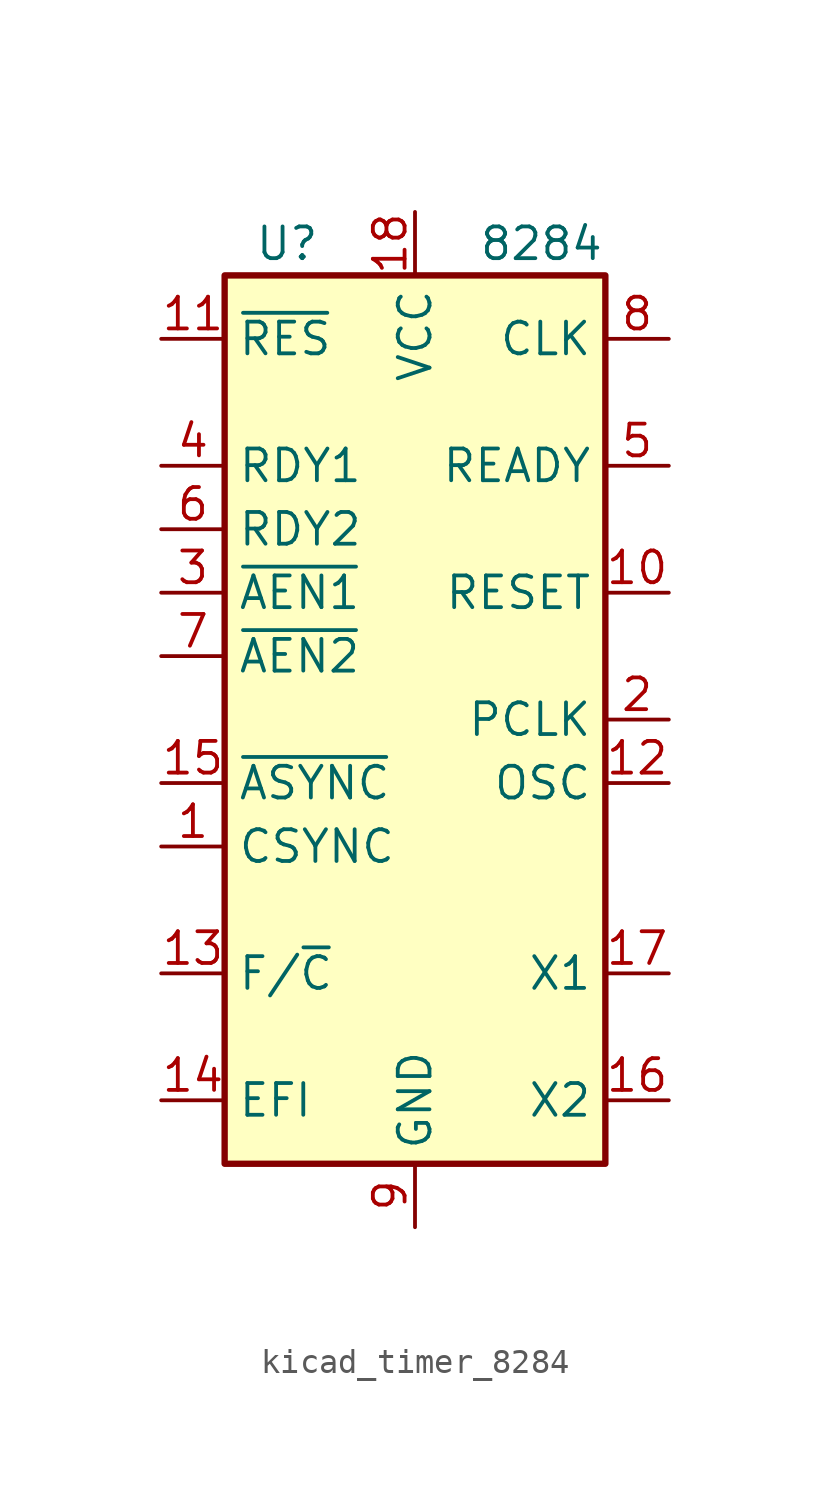
<source format=kicad_sym>
(kicad_symbol_lib
  (version 20220914)
  (generator kicad_symbol_editor)
  (symbol "kicad_timer_8284"
    (property "Reference" "U"
      (at -3.81 19.05 0)
      (effects (font (size 1.27 1.27)) (justify right)))
    (property "Value" "8284"
      (at 2.54 19.05 0)
      (effects (font (size 1.27 1.27)) (justify left)))
    (symbol "kicad_timer_8284_0_0"
      (rectangle (start -7.62 -17.78) (end 7.62 17.78) (stroke (width 0.254) (type default)) (fill (type background))))
    (symbol "kicad_timer_8284_1_1"
      (pin input line (at -10.16 -5.08 0) (length 2.54) (name "CSYNC" (effects (font (size 1.27 1.27)))) (number "1" (effects (font (size 1.27 1.27)))))
      (pin output line (at 10.16 5.08 180) (length 2.54) (name "RESET" (effects (font (size 1.27 1.27)))) (number "10" (effects (font (size 1.27 1.27)))))
      (pin input line (at -10.16 15.24 0) (length 2.54) (name "~{RES}" (effects (font (size 1.27 1.27)))) (number "11" (effects (font (size 1.27 1.27)))))
      (pin output line (at 10.16 -2.54 180) (length 2.54) (name "OSC" (effects (font (size 1.27 1.27)))) (number "12" (effects (font (size 1.27 1.27)))))
      (pin input line (at -10.16 -10.16 0) (length 2.54) (name "F/~{C}" (effects (font (size 1.27 1.27)))) (number "13" (effects (font (size 1.27 1.27)))))
      (pin input line (at -10.16 -15.24 0) (length 2.54) (name "EFI" (effects (font (size 1.27 1.27)))) (number "14" (effects (font (size 1.27 1.27)))))
      (pin input line (at -10.16 -2.54 0) (length 2.54) (name "~{ASYNC}" (effects (font (size 1.27 1.27)))) (number "15" (effects (font (size 1.27 1.27)))))
      (pin output line (at 10.16 -15.24 180) (length 2.54) (name "X2" (effects (font (size 1.27 1.27)))) (number "16" (effects (font (size 1.27 1.27)))))
      (pin input line (at 10.16 -10.16 180) (length 2.54) (name "X1" (effects (font (size 1.27 1.27)))) (number "17" (effects (font (size 1.27 1.27)))))
      (pin power_in line (at 0 20.32 270) (length 2.54) (name "VCC" (effects (font (size 1.27 1.27)))) (number "18" (effects (font (size 1.27 1.27)))))
      (pin output line (at 10.16 0 180) (length 2.54) (name "PCLK" (effects (font (size 1.27 1.27)))) (number "2" (effects (font (size 1.27 1.27)))))
      (pin input line (at -10.16 5.08 0) (length 2.54) (name "~{AEN1}" (effects (font (size 1.27 1.27)))) (number "3" (effects (font (size 1.27 1.27)))))
      (pin input line (at -10.16 10.16 0) (length 2.54) (name "RDY1" (effects (font (size 1.27 1.27)))) (number "4" (effects (font (size 1.27 1.27)))))
      (pin output line (at 10.16 10.16 180) (length 2.54) (name "READY" (effects (font (size 1.27 1.27)))) (number "5" (effects (font (size 1.27 1.27)))))
      (pin input line (at -10.16 7.62 0) (length 2.54) (name "RDY2" (effects (font (size 1.27 1.27)))) (number "6" (effects (font (size 1.27 1.27)))))
      (pin input line (at -10.16 2.54 0) (length 2.54) (name "~{AEN2}" (effects (font (size 1.27 1.27)))) (number "7" (effects (font (size 1.27 1.27)))))
      (pin output line (at 10.16 15.24 180) (length 2.54) (name "CLK" (effects (font (size 1.27 1.27)))) (number "8" (effects (font (size 1.27 1.27)))))
      (pin power_in line (at 0 -20.32 90) (length 2.54) (name "GND" (effects (font (size 1.27 1.27)))) (number "9" (effects (font (size 1.27 1.27))))))))
</source>
